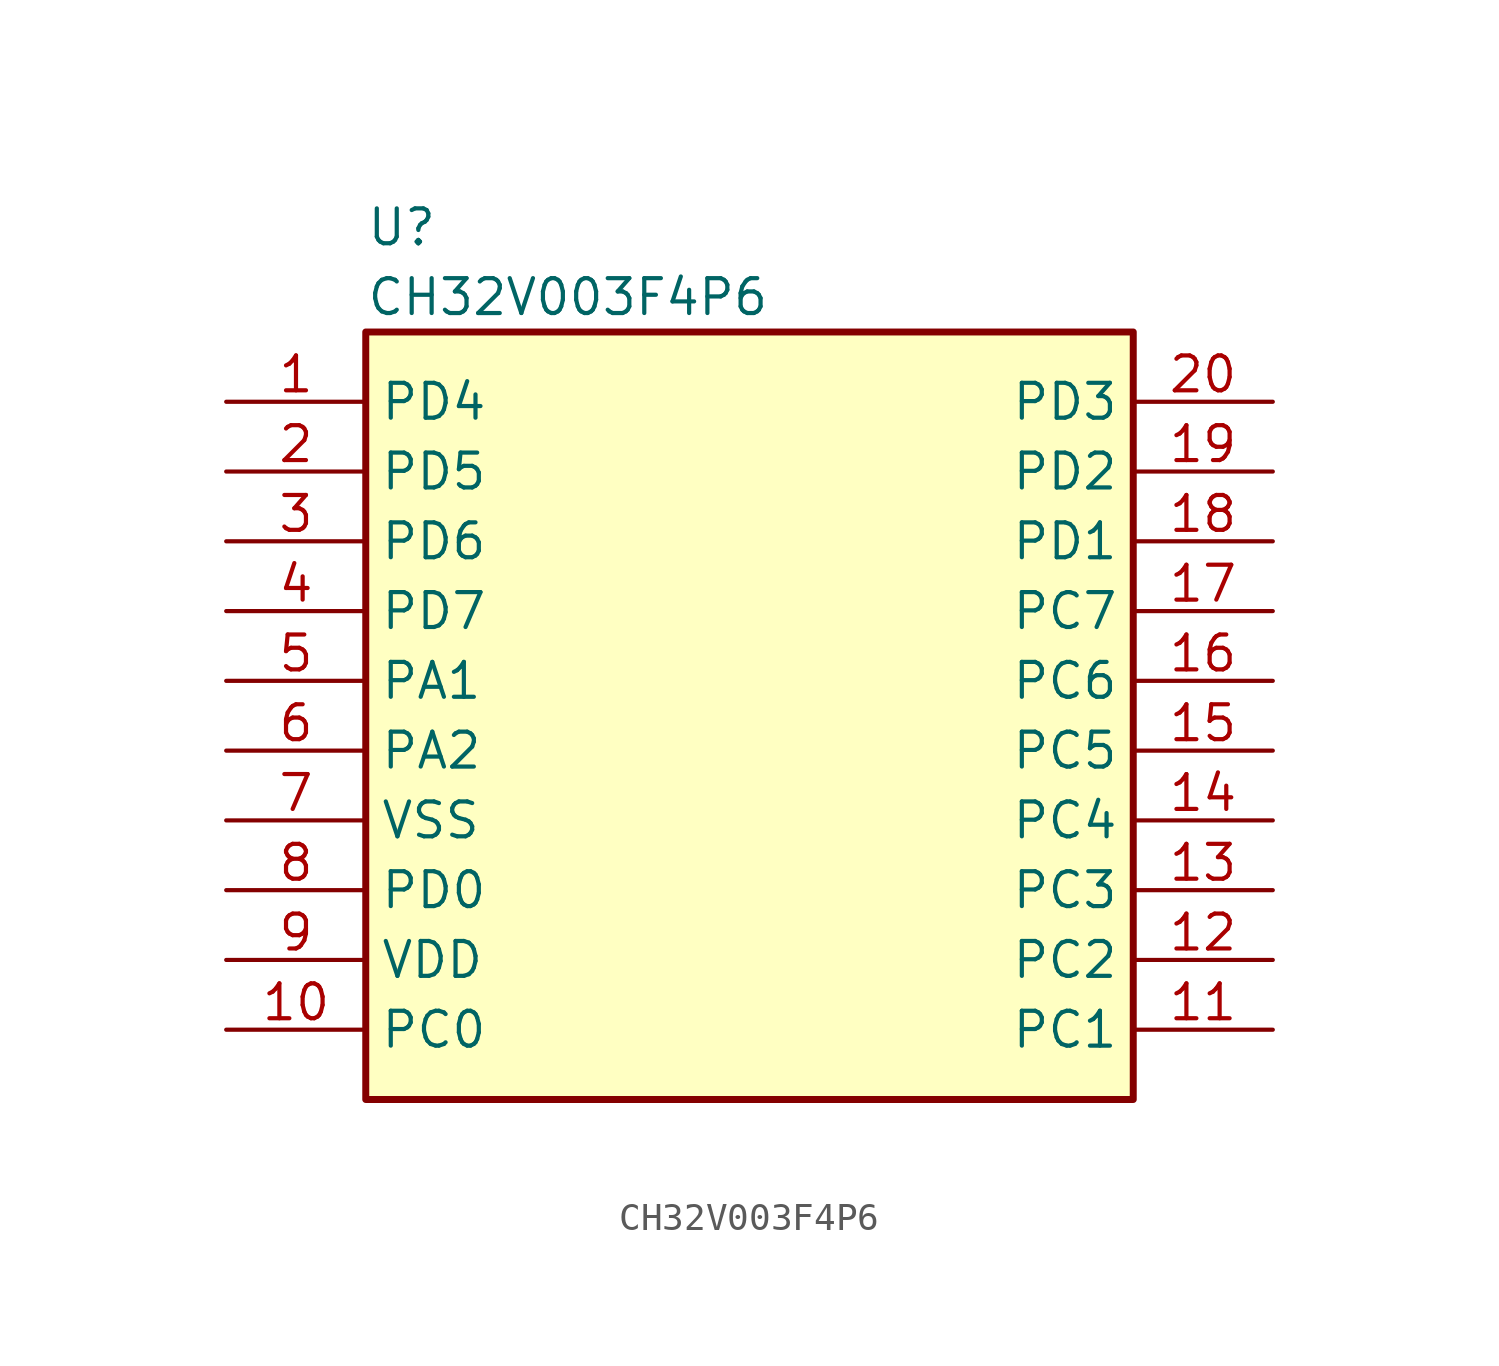
<source format=kicad_sym>
(kicad_symbol_lib
  (version 20220914)
  (generator kicad_symbol_editor)
  (symbol "CH32V003F4P6"
    (property "Reference" "U"
      (at 5.08 6.35 0)
      (effects (font (size 1.27 1.27)) (justify left)))
    (property "Value" "CH32V003F4P6"
      (at 5.08 3.81 0)
      (effects (font (size 1.27 1.27)) (justify left)))
    (symbol "CH32V003F4P6_1_1"
      (rectangle (start 5.08 2.54) (end 33.02 -25.4) (stroke (width 0.254) (type solid)) (fill (type background)))
      (pin bidirectional line (at 0 0 0) (length 5.08) (name "PD4" (effects (font (size 1.27 1.27)))) (number "1" (effects (font (size 1.27 1.27)))) (alternate "A7" input line) (alternate "TICH4ETR_" bidirectional line))
      (pin bidirectional line (at 0 -22.86 0) (length 5.08) (name "PC0" (effects (font (size 1.27 1.27)))) (number "10" (effects (font (size 1.27 1.27)))) (alternate "T1CH3_" bidirectional line) (alternate "UTX_" output line))
      (pin bidirectional line (at 38.1 -22.86 180) (length 5.08) (name "PC1" (effects (font (size 1.27 1.27)))) (number "11" (effects (font (size 1.27 1.27)))) (alternate "T2CH1ETR_" bidirectional line) (alternate "URX_" input line))
      (pin bidirectional line (at 38.1 -20.32 180) (length 5.08) (name "PC2" (effects (font (size 1.27 1.27)))) (number "12" (effects (font (size 1.27 1.27)))) (alternate "T1ETR_" bidirectional line) (alternate "T2CH2_" bidirectional line))
      (pin bidirectional line (at 38.1 -17.78 180) (length 5.08) (name "PC3" (effects (font (size 1.27 1.27)))) (number "13" (effects (font (size 1.27 1.27)))) (alternate "T1CH1N_" bidirectional line) (alternate "UCTS_" input line))
      (pin bidirectional line (at 38.1 -15.24 180) (length 5.08) (name "PC4" (effects (font (size 1.27 1.27)))) (number "14" (effects (font (size 1.27 1.27)))) (alternate "A2" input line) (alternate "T1CH1CH2N_" bidirectional line))
      (pin bidirectional line (at 38.1 -12.7 180) (length 5.08) (name "PC5" (effects (font (size 1.27 1.27)))) (number "15" (effects (font (size 1.27 1.27)))) (alternate "SCK" bidirectional line) (alternate "T1CH3_ " bidirectional line) (alternate "UCK_" output line))
      (pin bidirectional line (at 38.1 -10.16 180) (length 5.08) (name "PC6" (effects (font (size 1.27 1.27)))) (number "16" (effects (font (size 1.27 1.27)))) (alternate "MOSI" bidirectional line) (alternate "SDA_ " bidirectional line) (alternate "UCTS_" input line))
      (pin bidirectional line (at 38.1 -7.62 180) (length 5.08) (name "PC7" (effects (font (size 1.27 1.27)))) (number "17" (effects (font (size 1.27 1.27)))) (alternate "MISO" bidirectional line) (alternate "T1CH2_" bidirectional line) (alternate "T2CH2" bidirectional line) (alternate "URTS_" input line))
      (pin bidirectional line (at 38.1 -5.08 180) (length 5.08) (name "PD1" (effects (font (size 1.27 1.27)))) (number "18" (effects (font (size 1.27 1.27)))) (alternate "SCL_" bidirectional line) (alternate "SWIO" bidirectional line) (alternate "SWIO(pd1)" bidirectional line) (alternate "URX_" input line))
      (pin bidirectional line (at 38.1 -2.54 180) (length 5.08) (name "PD2" (effects (font (size 1.27 1.27)))) (number "19" (effects (font (size 1.27 1.27)))) (alternate "A3" input line) (alternate "T1CH2N_ " bidirectional line) (alternate "T2CH3_" bidirectional line))
      (pin bidirectional line (at 0 -2.54 0) (length 5.08) (name "PD5" (effects (font (size 1.27 1.27)))) (number "2" (effects (font (size 1.27 1.27)))) (alternate "A5" input line) (alternate "A5/UTX(pd5)" bidirectional line) (alternate "UTX" input line))
      (pin bidirectional line (at 38.1 0 180) (length 5.08) (name "PD3" (effects (font (size 1.27 1.27)))) (number "20" (effects (font (size 1.27 1.27)))) (alternate "A4" input line) (alternate "T1CH4_ " bidirectional line))
      (pin bidirectional line (at 0 -5.08 0) (length 5.08) (name "PD6" (effects (font (size 1.27 1.27)))) (number "3" (effects (font (size 1.27 1.27)))) (alternate "A6" input line) (alternate "A6/URX(pd6)" bidirectional line) (alternate "URX" output line))
      (pin bidirectional line (at 0 -7.62 0) (length 5.08) (name "PD7" (effects (font (size 1.27 1.27)))) (number "4" (effects (font (size 1.27 1.27)))) (alternate "UCK_" output line))
      (pin bidirectional line (at 0 -10.16 0) (length 5.08) (name "PA1" (effects (font (size 1.27 1.27)))) (number "5" (effects (font (size 1.27 1.27)))) (alternate "A0" input line) (alternate "OSCI" input line))
      (pin bidirectional line (at 0 -12.7 0) (length 5.08) (name "PA2" (effects (font (size 1.27 1.27)))) (number "6" (effects (font (size 1.27 1.27)))) (alternate "A1" input line) (alternate "OSCO" output line))
      (pin power_in line (at 0 -15.24 0) (length 5.08) (name "VSS" (effects (font (size 1.27 1.27)))) (number "7" (effects (font (size 1.27 1.27)))))
      (pin bidirectional line (at 0 -17.78 0) (length 5.08) (name "PD0" (effects (font (size 1.27 1.27)))) (number "8" (effects (font (size 1.27 1.27)))) (alternate "UTX_" output line))
      (pin power_in line (at 0 -20.32 0) (length 5.08) (name "VDD" (effects (font (size 1.27 1.27)))) (number "9" (effects (font (size 1.27 1.27))))))))
</source>
